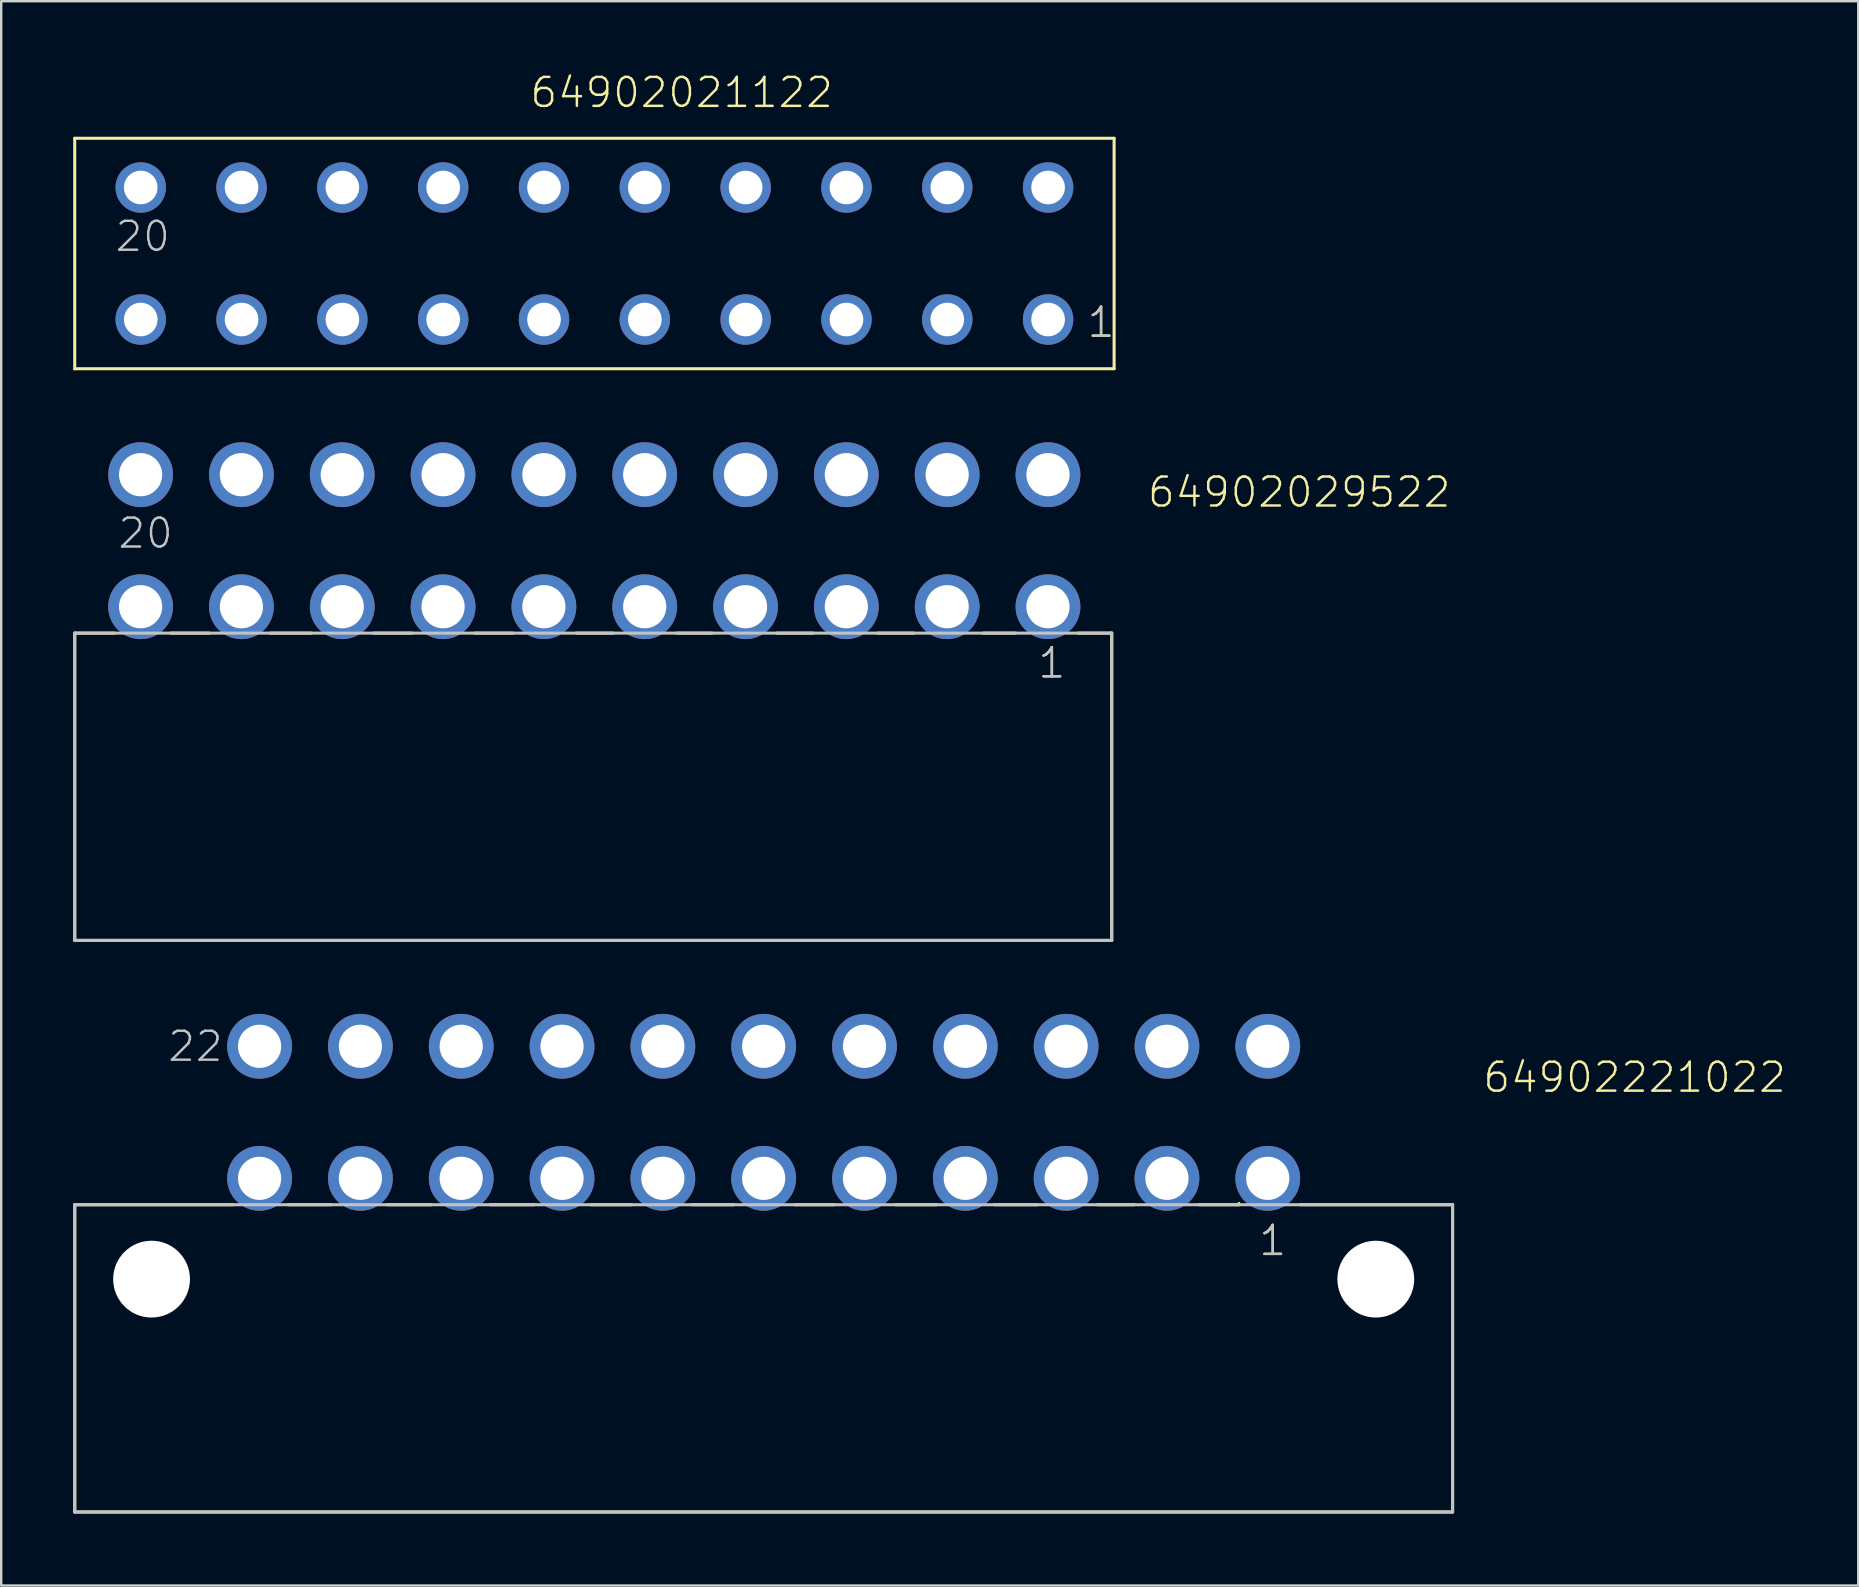
<source format=kicad_pcb>
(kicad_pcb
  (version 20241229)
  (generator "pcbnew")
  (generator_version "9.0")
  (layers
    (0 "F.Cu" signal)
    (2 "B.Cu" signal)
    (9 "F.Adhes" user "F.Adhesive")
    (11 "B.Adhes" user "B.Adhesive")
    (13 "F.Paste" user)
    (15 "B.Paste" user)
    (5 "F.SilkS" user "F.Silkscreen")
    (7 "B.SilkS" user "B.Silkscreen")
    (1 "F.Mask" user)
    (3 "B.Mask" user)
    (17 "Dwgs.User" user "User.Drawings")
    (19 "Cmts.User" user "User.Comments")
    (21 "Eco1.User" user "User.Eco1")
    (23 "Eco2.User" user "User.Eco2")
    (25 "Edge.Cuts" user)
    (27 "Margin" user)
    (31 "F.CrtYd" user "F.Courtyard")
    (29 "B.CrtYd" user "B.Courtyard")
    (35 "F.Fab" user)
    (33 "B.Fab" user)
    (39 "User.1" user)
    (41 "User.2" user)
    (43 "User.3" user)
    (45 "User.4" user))
  (footprint "64902029522"
    (layer "F.Cu")
    (at 21.663 19.475)
    (property "Reference" "64902029522" (at 23.027 -1.315 0) (layer "F.SilkS") (effects (font (size 1.206 1.206) (thickness 0.102)) (justify left bottom)))
    (attr through_hole)
    (fp_line (start -21.6 3.85) (end -19.95 3.85) (stroke (width 0.127) (type solid)) (layer "F.SilkS"))
    (fp_line (start -21.6 16.65) (end -21.6 3.85) (stroke (width 0.127) (type solid)) (layer "F.SilkS"))
    (fp_line (start -17.6 3.85) (end -16 3.85) (stroke (width 0.127) (type solid)) (layer "F.SilkS"))
    (fp_line (start -13.45 3.85) (end -11.75 3.85) (stroke (width 0.127) (type solid)) (layer "F.SilkS"))
    (fp_line (start -9.15 3.85) (end -7.55 3.85) (stroke (width 0.127) (type solid)) (layer "F.SilkS"))
    (fp_line (start -4.95 3.85) (end -3.35 3.85) (stroke (width 0.127) (type solid)) (layer "F.SilkS"))
    (fp_line (start -0.7 3.85) (end 0.85 3.85) (stroke (width 0.127) (type solid)) (layer "F.SilkS"))
    (fp_line (start 3.5 3.85) (end 4.95 3.85) (stroke (width 0.127) (type solid)) (layer "F.SilkS"))
    (fp_line (start 7.65 3.85) (end 9.15 3.85) (stroke (width 0.127) (type solid)) (layer "F.SilkS"))
    (fp_line (start 11.85 3.85) (end 13.35 3.85) (stroke (width 0.127) (type solid)) (layer "F.SilkS"))
    (fp_line (start 16.25 3.85) (end 17.6 3.85) (stroke (width 0.127) (type solid)) (layer "F.SilkS"))
    (fp_line (start 20.2 3.85) (end 21.6 3.85) (stroke (width 0.127) (type solid)) (layer "F.SilkS"))
    (fp_line (start 21.6 3.85) (end 21.6 16.65) (stroke (width 0.127) (type solid)) (layer "F.SilkS"))
    (fp_line (start 21.6 16.65) (end -21.6 16.65) (stroke (width 0.127) (type solid)) (layer "F.SilkS"))
    (fp_line (start -21.6 3.85) (end 21.6 3.85) (stroke (width 0.127) (type solid)) (layer "Dwgs.User"))
    (fp_line (start -21.6 16.65) (end -21.6 3.85) (stroke (width 0.127) (type solid)) (layer "Dwgs.User"))
    (fp_line (start 21.6 3.85) (end 21.6 16.65) (stroke (width 0.127) (type solid)) (layer "Dwgs.User"))
    (fp_line (start 21.6 16.65) (end -21.6 16.65) (stroke (width 0.127) (type solid)) (layer "Dwgs.User"))
    (fp_text user "1" (at 18.465 5.8 0) (layer "F.SilkS") (effects (font (size 1.206 1.206) (thickness 0.102)) (justify left bottom)))
    (fp_text user "20" (at -19.865 0.395 0) (layer "Dwgs.User") (effects (font (size 1.206 1.206) (thickness 0.102)) (justify left bottom)))
    (fp_text user "1" (at 18.465 5.8 0) (layer "Dwgs.User") (effects (font (size 1.206 1.206) (thickness 0.102)) (justify left bottom)))
    (pad "1" thru_hole circle (at 18.945 2.75) (size 2.7 2.7) (drill 1.8) (layers "*.Cu" "*.Mask"))
    (pad "2" thru_hole circle (at 14.745 2.75) (size 2.7 2.7) (drill 1.8) (layers "*.Cu" "*.Mask"))
    (pad "3" thru_hole circle (at 10.545 2.75) (size 2.7 2.7) (drill 1.8) (layers "*.Cu" "*.Mask"))
    (pad "4" thru_hole circle (at 6.345 2.75) (size 2.7 2.7) (drill 1.8) (layers "*.Cu" "*.Mask"))
    (pad "5" thru_hole circle (at 2.145 2.75) (size 2.7 2.7) (drill 1.8) (layers "*.Cu" "*.Mask"))
    (pad "6" thru_hole circle (at -2.055 2.75) (size 2.7 2.7) (drill 1.8) (layers "*.Cu" "*.Mask"))
    (pad "7" thru_hole circle (at -6.255 2.75) (size 2.7 2.7) (drill 1.8) (layers "*.Cu" "*.Mask"))
    (pad "8" thru_hole circle (at -10.455 2.75) (size 2.7 2.7) (drill 1.8) (layers "*.Cu" "*.Mask"))
    (pad "9" thru_hole circle (at -14.655 2.75) (size 2.7 2.7) (drill 1.8) (layers "*.Cu" "*.Mask"))
    (pad "10" thru_hole circle (at -18.855 2.75) (size 2.7 2.7) (drill 1.8) (layers "*.Cu" "*.Mask"))
    (pad "11" thru_hole circle (at 18.945 -2.75) (size 2.7 2.7) (drill 1.8) (layers "*.Cu" "*.Mask"))
    (pad "12" thru_hole circle (at 14.745 -2.75) (size 2.7 2.7) (drill 1.8) (layers "*.Cu" "*.Mask"))
    (pad "13" thru_hole circle (at 10.545 -2.75) (size 2.7 2.7) (drill 1.8) (layers "*.Cu" "*.Mask"))
    (pad "14" thru_hole circle (at 6.345 -2.75) (size 2.7 2.7) (drill 1.8) (layers "*.Cu" "*.Mask"))
    (pad "15" thru_hole circle (at 2.145 -2.75) (size 2.7 2.7) (drill 1.8) (layers "*.Cu" "*.Mask"))
    (pad "16" thru_hole circle (at -2.055 -2.75) (size 2.7 2.7) (drill 1.8) (layers "*.Cu" "*.Mask"))
    (pad "17" thru_hole circle (at -6.255 -2.75) (size 2.7 2.7) (drill 1.8) (layers "*.Cu" "*.Mask"))
    (pad "18" thru_hole circle (at -10.455 -2.75) (size 2.7 2.7) (drill 1.8) (layers "*.Cu" "*.Mask"))
    (pad "19" thru_hole circle (at -14.655 -2.75) (size 2.7 2.7) (drill 1.8) (layers "*.Cu" "*.Mask"))
    (pad "20" thru_hole circle (at -18.855 -2.75) (size 2.7 2.7) (drill 1.8) (layers "*.Cu" "*.Mask")))
  (footprint "64902021122"
    (layer "F.Cu")
    (at 21.713 7.511)
    (property "Reference" "64902021122" (at -2.75 -6 0) (layer "F.SilkS") (effects (font (size 1.206 1.206) (thickness 0.102)) (justify left bottom)))
    (attr through_hole)
    (fp_line (start -21.65 -4.8) (end 21.65 -4.8) (stroke (width 0.127) (type solid)) (layer "F.SilkS"))
    (fp_line (start -21.65 4.8) (end -21.65 -4.8) (stroke (width 0.127) (type solid)) (layer "F.SilkS"))
    (fp_line (start 21.65 -4.8) (end 21.65 4.8) (stroke (width 0.127) (type solid)) (layer "F.SilkS"))
    (fp_line (start 21.65 4.8) (end -21.65 4.8) (stroke (width 0.127) (type solid)) (layer "F.SilkS"))
    (fp_text user "1" (at 20.465 3.575 0) (layer "F.SilkS") (effects (font (size 1.206 1.206) (thickness 0.102)) (justify left bottom)))
    (fp_text user "1" (at 20.465 3.575 0) (layer "Dwgs.User") (effects (font (size 1.206 1.206) (thickness 0.102)) (justify left bottom)))
    (fp_text user "20" (at -20.035 -0.005 0) (layer "Dwgs.User") (effects (font (size 1.206 1.206) (thickness 0.102)) (justify left bottom)))
    (pad "1" thru_hole circle (at 18.9 2.75) (size 2.1 2.1) (drill 1.4) (layers "*.Cu" "*.Mask"))
    (pad "2" thru_hole circle (at 14.7 2.75) (size 2.1 2.1) (drill 1.4) (layers "*.Cu" "*.Mask"))
    (pad "3" thru_hole circle (at 10.5 2.75) (size 2.1 2.1) (drill 1.4) (layers "*.Cu" "*.Mask"))
    (pad "4" thru_hole circle (at 6.3 2.75) (size 2.1 2.1) (drill 1.4) (layers "*.Cu" "*.Mask"))
    (pad "5" thru_hole circle (at 2.1 2.75) (size 2.1 2.1) (drill 1.4) (layers "*.Cu" "*.Mask"))
    (pad "6" thru_hole circle (at -2.1 2.75) (size 2.1 2.1) (drill 1.4) (layers "*.Cu" "*.Mask"))
    (pad "7" thru_hole circle (at -6.3 2.75) (size 2.1 2.1) (drill 1.4) (layers "*.Cu" "*.Mask"))
    (pad "8" thru_hole circle (at -10.5 2.75) (size 2.1 2.1) (drill 1.4) (layers "*.Cu" "*.Mask"))
    (pad "9" thru_hole circle (at -14.7 2.75) (size 2.1 2.1) (drill 1.4) (layers "*.Cu" "*.Mask"))
    (pad "10" thru_hole circle (at -18.9 2.75) (size 2.1 2.1) (drill 1.4) (layers "*.Cu" "*.Mask"))
    (pad "11" thru_hole circle (at 18.9 -2.75) (size 2.1 2.1) (drill 1.4) (layers "*.Cu" "*.Mask"))
    (pad "12" thru_hole circle (at 14.7 -2.75) (size 2.1 2.1) (drill 1.4) (layers "*.Cu" "*.Mask"))
    (pad "13" thru_hole circle (at 10.5 -2.75) (size 2.1 2.1) (drill 1.4) (layers "*.Cu" "*.Mask"))
    (pad "14" thru_hole circle (at 6.3 -2.75) (size 2.1 2.1) (drill 1.4) (layers "*.Cu" "*.Mask"))
    (pad "15" thru_hole circle (at 2.1 -2.75) (size 2.1 2.1) (drill 1.4) (layers "*.Cu" "*.Mask"))
    (pad "16" thru_hole circle (at -2.1 -2.75) (size 2.1 2.1) (drill 1.4) (layers "*.Cu" "*.Mask"))
    (pad "17" thru_hole circle (at -6.3 -2.75) (size 2.1 2.1) (drill 1.4) (layers "*.Cu" "*.Mask"))
    (pad "18" thru_hole circle (at -10.5 -2.75) (size 2.1 2.1) (drill 1.4) (layers "*.Cu" "*.Mask"))
    (pad "19" thru_hole circle (at -14.7 -2.75) (size 2.1 2.1) (drill 1.4) (layers "*.Cu" "*.Mask"))
    (pad "20" thru_hole circle (at -18.9 -2.75) (size 2.1 2.1) (drill 1.4) (layers "*.Cu" "*.Mask")))
  (footprint "64902221022"
    (layer "F.Cu")
    (at 28.764 50.238)
    (property "Reference" "64902221022" (at 29.898 -7.7 0) (layer "F.SilkS") (effects (font (size 1.206 1.206) (thickness 0.102)) (justify left bottom)))
    (attr through_hole)
    (fp_line (start -28.7 -3.1) (end -22.1 -3.1) (stroke (width 0.127) (type solid)) (layer "F.SilkS"))
    (fp_line (start -28.7 9.7) (end -28.7 -3.1) (stroke (width 0.127) (type solid)) (layer "F.SilkS"))
    (fp_line (start -19.8 -3.1) (end -18 -3.1) (stroke (width 0.127) (type solid)) (layer "F.SilkS"))
    (fp_line (start -15.7 -3.1) (end -13.85 -3.1) (stroke (width 0.127) (type solid)) (layer "F.SilkS"))
    (fp_line (start -11.4 -3.1) (end -9.55 -3.1) (stroke (width 0.127) (type solid)) (layer "F.SilkS"))
    (fp_line (start -7.2 -3.1) (end -5.5 -3.1) (stroke (width 0.127) (type solid)) (layer "F.SilkS"))
    (fp_line (start -3 -3.1) (end -1.25 -3.1) (stroke (width 0.127) (type solid)) (layer "F.SilkS"))
    (fp_line (start 1.3 -3.1) (end 2.95 -3.1) (stroke (width 0.127) (type solid)) (layer "F.SilkS"))
    (fp_line (start 5.5 -3.1) (end 7.2 -3.1) (stroke (width 0.127) (type solid)) (layer "F.SilkS"))
    (fp_line (start 9.6 -3.1) (end 11.4 -3.1) (stroke (width 0.127) (type solid)) (layer "F.SilkS"))
    (fp_line (start 13.9 -3.1) (end 15.45 -3.1) (stroke (width 0.127) (type solid)) (layer "F.SilkS"))
    (fp_line (start 18.15 -3.1) (end 19.8 -3.1) (stroke (width 0.127) (type solid)) (layer "F.SilkS"))
    (fp_line (start 19.8 -3.1) (end 19.8 -3.15) (stroke (width 0.127) (type solid)) (layer "F.SilkS"))
    (fp_line (start 22.35 -3.1) (end 28.7 -3.1) (stroke (width 0.127) (type solid)) (layer "F.SilkS"))
    (fp_line (start 28.7 -3.1) (end 28.7 9.7) (stroke (width 0.127) (type solid)) (layer "F.SilkS"))
    (fp_line (start 28.7 9.7) (end -28.7 9.7) (stroke (width 0.127) (type solid)) (layer "F.SilkS"))
    (fp_line (start -28.7 -3.1) (end 28.7 -3.1) (stroke (width 0.127) (type solid)) (layer "Dwgs.User"))
    (fp_line (start -28.7 9.7) (end -28.7 -3.1) (stroke (width 0.127) (type solid)) (layer "Dwgs.User"))
    (fp_line (start 28.7 -3.1) (end 28.7 9.7) (stroke (width 0.127) (type solid)) (layer "Dwgs.User"))
    (fp_line (start 28.7 9.7) (end -28.7 9.7) (stroke (width 0.127) (type solid)) (layer "Dwgs.User"))
    (fp_text user "1" (at 20.565 -0.9 0) (layer "F.SilkS") (effects (font (size 1.206 1.206) (thickness 0.102)) (justify left bottom)))
    (fp_text user "22" (at -24.89 -8.99 0) (layer "Dwgs.User") (effects (font (size 1.206 1.206) (thickness 0.102)) (justify left bottom)))
    (fp_text user "1" (at 20.565 -0.9 0) (layer "Dwgs.User") (effects (font (size 1.206 1.206) (thickness 0.102)) (justify left bottom)))
    (pad "" np_thru_hole circle (at -25.5 0) (size 3.2 3.2) (drill 3.2) (layers "*.Cu"))
    (pad "" np_thru_hole circle (at 25.5 0) (size 3.2 3.2) (drill 3.2) (layers "*.Cu"))
    (pad "1" thru_hole circle (at 21 -4.2) (size 2.7 2.7) (drill 1.8) (layers "*.Cu" "*.Mask"))
    (pad "2" thru_hole circle (at 16.8 -4.2) (size 2.7 2.7) (drill 1.8) (layers "*.Cu" "*.Mask"))
    (pad "3" thru_hole circle (at 12.6 -4.2) (size 2.7 2.7) (drill 1.8) (layers "*.Cu" "*.Mask"))
    (pad "4" thru_hole circle (at 8.4 -4.2) (size 2.7 2.7) (drill 1.8) (layers "*.Cu" "*.Mask"))
    (pad "5" thru_hole circle (at 4.2 -4.2) (size 2.7 2.7) (drill 1.8) (layers "*.Cu" "*.Mask"))
    (pad "6" thru_hole circle (at 0 -4.2) (size 2.7 2.7) (drill 1.8) (layers "*.Cu" "*.Mask"))
    (pad "7" thru_hole circle (at -4.2 -4.2) (size 2.7 2.7) (drill 1.8) (layers "*.Cu" "*.Mask"))
    (pad "8" thru_hole circle (at -8.4 -4.2) (size 2.7 2.7) (drill 1.8) (layers "*.Cu" "*.Mask"))
    (pad "9" thru_hole circle (at -12.6 -4.2) (size 2.7 2.7) (drill 1.8) (layers "*.Cu" "*.Mask"))
    (pad "10" thru_hole circle (at -16.8 -4.2) (size 2.7 2.7) (drill 1.8) (layers "*.Cu" "*.Mask"))
    (pad "11" thru_hole circle (at -21 -4.2) (size 2.7 2.7) (drill 1.8) (layers "*.Cu" "*.Mask"))
    (pad "12" thru_hole circle (at 21 -9.7) (size 2.7 2.7) (drill 1.8) (layers "*.Cu" "*.Mask"))
    (pad "13" thru_hole circle (at 16.8 -9.7) (size 2.7 2.7) (drill 1.8) (layers "*.Cu" "*.Mask"))
    (pad "14" thru_hole circle (at 12.6 -9.7) (size 2.7 2.7) (drill 1.8) (layers "*.Cu" "*.Mask"))
    (pad "15" thru_hole circle (at 8.4 -9.7) (size 2.7 2.7) (drill 1.8) (layers "*.Cu" "*.Mask"))
    (pad "16" thru_hole circle (at 4.2 -9.7) (size 2.7 2.7) (drill 1.8) (layers "*.Cu" "*.Mask"))
    (pad "17" thru_hole circle (at 0 -9.7) (size 2.7 2.7) (drill 1.8) (layers "*.Cu" "*.Mask"))
    (pad "18" thru_hole circle (at -4.2 -9.7) (size 2.7 2.7) (drill 1.8) (layers "*.Cu" "*.Mask"))
    (pad "19" thru_hole circle (at -8.4 -9.7) (size 2.7 2.7) (drill 1.8) (layers "*.Cu" "*.Mask"))
    (pad "20" thru_hole circle (at -12.6 -9.7) (size 2.7 2.7) (drill 1.8) (layers "*.Cu" "*.Mask"))
    (pad "21" thru_hole circle (at -16.8 -9.7) (size 2.7 2.7) (drill 1.8) (layers "*.Cu" "*.Mask"))
    (pad "22" thru_hole circle (at -21 -9.7) (size 2.7 2.7) (drill 1.8) (layers "*.Cu" "*.Mask")))
  (gr_rect
    (start -3 -3)
    (end 74.364 63.002)
    (stroke (width 0.1) (type default))
    (fill no)
    (layer "Edge.Cuts")))
</source>
